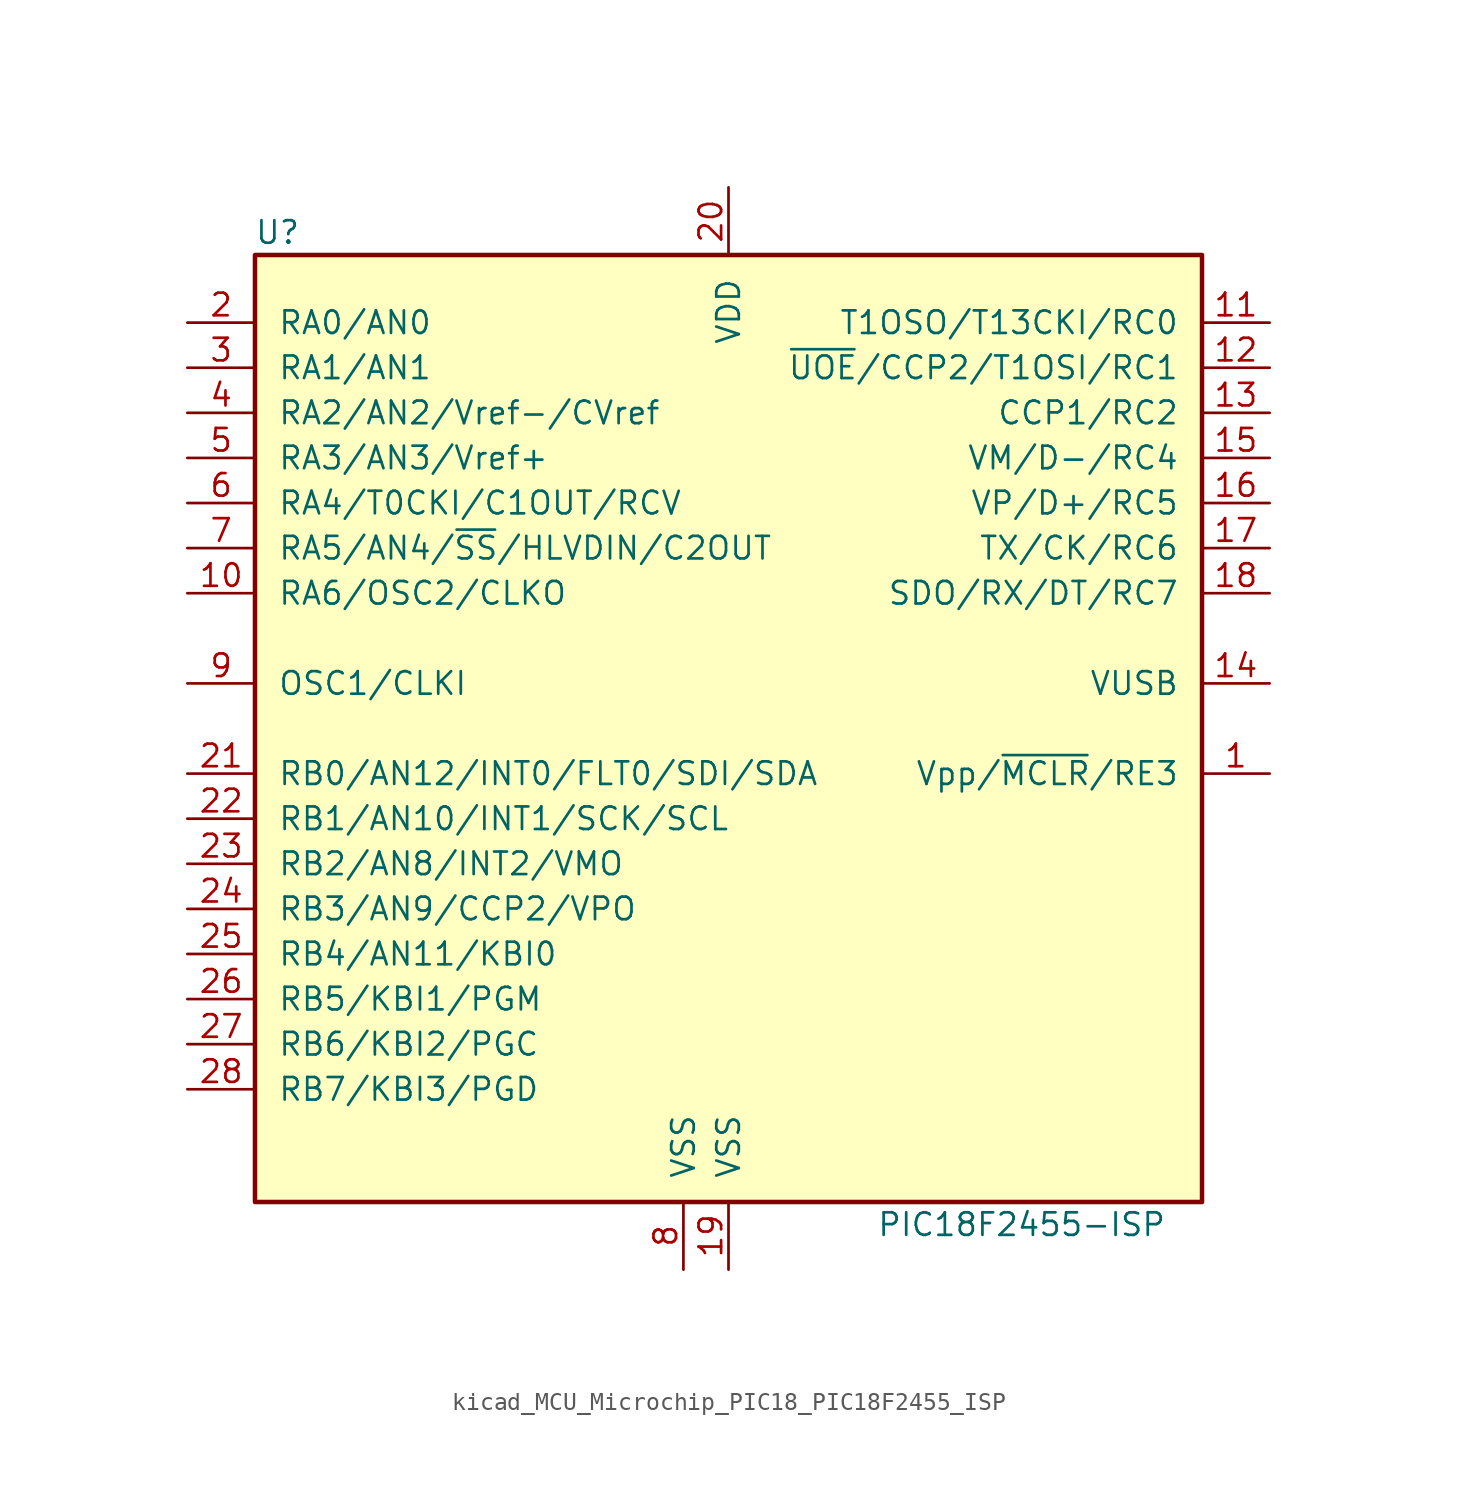
<source format=kicad_sym>
(kicad_symbol_lib
  (version 20220914)
  (generator kicad_symbol_editor)
  (symbol "kicad_MCU_Microchip_PIC18_PIC18F2455_ISP"
    (pin_names
      (offset 1.27))
    (property "Reference" "U"
      (at -25.4 27.94 0)
      (effects (font (size 1.27 1.27))))
    (property "Value" "PIC18F2455-ISP"
      (at 16.51 -27.94 0)
      (effects (font (size 1.27 1.27))))
    (symbol "kicad_MCU_Microchip_PIC18_PIC18F2455_ISP_0_1"
      (rectangle (start -26.67 26.67) (end 26.67 -26.67) (stroke (width 0.254) (type default)) (fill (type background))))
    (symbol "kicad_MCU_Microchip_PIC18_PIC18F2455_ISP_1_1"
      (pin input line (at 30.48 -2.54 180) (length 3.81) (name "Vpp/~{MCLR}/RE3" (effects (font (size 1.27 1.27)))) (number "1" (effects (font (size 1.27 1.27)))))
      (pin output line (at -30.48 7.62 0) (length 3.81) (name "RA6/OSC2/CLKO" (effects (font (size 1.27 1.27)))) (number "10" (effects (font (size 1.27 1.27)))))
      (pin bidirectional line (at 30.48 22.86 180) (length 3.81) (name "T1OSO/T13CKI/RC0" (effects (font (size 1.27 1.27)))) (number "11" (effects (font (size 1.27 1.27)))))
      (pin bidirectional line (at 30.48 20.32 180) (length 3.81) (name "~{UOE}/CCP2/T1OSI/RC1" (effects (font (size 1.27 1.27)))) (number "12" (effects (font (size 1.27 1.27)))))
      (pin bidirectional line (at 30.48 17.78 180) (length 3.81) (name "CCP1/RC2" (effects (font (size 1.27 1.27)))) (number "13" (effects (font (size 1.27 1.27)))))
      (pin bidirectional line (at 30.48 2.54 180) (length 3.81) (name "VUSB" (effects (font (size 1.27 1.27)))) (number "14" (effects (font (size 1.27 1.27)))))
      (pin bidirectional line (at 30.48 15.24 180) (length 3.81) (name "VM/D-/RC4" (effects (font (size 1.27 1.27)))) (number "15" (effects (font (size 1.27 1.27)))))
      (pin bidirectional line (at 30.48 12.7 180) (length 3.81) (name "VP/D+/RC5" (effects (font (size 1.27 1.27)))) (number "16" (effects (font (size 1.27 1.27)))))
      (pin bidirectional line (at 30.48 10.16 180) (length 3.81) (name "TX/CK/RC6" (effects (font (size 1.27 1.27)))) (number "17" (effects (font (size 1.27 1.27)))))
      (pin bidirectional line (at 30.48 7.62 180) (length 3.81) (name "SDO/RX/DT/RC7" (effects (font (size 1.27 1.27)))) (number "18" (effects (font (size 1.27 1.27)))))
      (pin power_in line (at 0 -30.48 90) (length 3.81) (name "VSS" (effects (font (size 1.27 1.27)))) (number "19" (effects (font (size 1.27 1.27)))))
      (pin bidirectional line (at -30.48 22.86 0) (length 3.81) (name "RA0/AN0" (effects (font (size 1.27 1.27)))) (number "2" (effects (font (size 1.27 1.27)))))
      (pin power_in line (at 0 30.48 270) (length 3.81) (name "VDD" (effects (font (size 1.27 1.27)))) (number "20" (effects (font (size 1.27 1.27)))))
      (pin bidirectional line (at -30.48 -2.54 0) (length 3.81) (name "RB0/AN12/INT0/FLT0/SDI/SDA" (effects (font (size 1.27 1.27)))) (number "21" (effects (font (size 1.27 1.27)))))
      (pin bidirectional line (at -30.48 -5.08 0) (length 3.81) (name "RB1/AN10/INT1/SCK/SCL" (effects (font (size 1.27 1.27)))) (number "22" (effects (font (size 1.27 1.27)))))
      (pin bidirectional line (at -30.48 -7.62 0) (length 3.81) (name "RB2/AN8/INT2/VMO" (effects (font (size 1.27 1.27)))) (number "23" (effects (font (size 1.27 1.27)))))
      (pin bidirectional line (at -30.48 -10.16 0) (length 3.81) (name "RB3/AN9/CCP2/VPO" (effects (font (size 1.27 1.27)))) (number "24" (effects (font (size 1.27 1.27)))))
      (pin bidirectional line (at -30.48 -12.7 0) (length 3.81) (name "RB4/AN11/KBI0" (effects (font (size 1.27 1.27)))) (number "25" (effects (font (size 1.27 1.27)))))
      (pin bidirectional line (at -30.48 -15.24 0) (length 3.81) (name "RB5/KBI1/PGM" (effects (font (size 1.27 1.27)))) (number "26" (effects (font (size 1.27 1.27)))))
      (pin bidirectional line (at -30.48 -17.78 0) (length 3.81) (name "RB6/KBI2/PGC" (effects (font (size 1.27 1.27)))) (number "27" (effects (font (size 1.27 1.27)))))
      (pin bidirectional line (at -30.48 -20.32 0) (length 3.81) (name "RB7/KBI3/PGD" (effects (font (size 1.27 1.27)))) (number "28" (effects (font (size 1.27 1.27)))))
      (pin bidirectional line (at -30.48 20.32 0) (length 3.81) (name "RA1/AN1" (effects (font (size 1.27 1.27)))) (number "3" (effects (font (size 1.27 1.27)))))
      (pin bidirectional line (at -30.48 17.78 0) (length 3.81) (name "RA2/AN2/Vref-/CVref" (effects (font (size 1.27 1.27)))) (number "4" (effects (font (size 1.27 1.27)))))
      (pin bidirectional line (at -30.48 15.24 0) (length 3.81) (name "RA3/AN3/Vref+" (effects (font (size 1.27 1.27)))) (number "5" (effects (font (size 1.27 1.27)))))
      (pin bidirectional line (at -30.48 12.7 0) (length 3.81) (name "RA4/T0CKI/C1OUT/RCV" (effects (font (size 1.27 1.27)))) (number "6" (effects (font (size 1.27 1.27)))))
      (pin bidirectional line (at -30.48 10.16 0) (length 3.81) (name "RA5/AN4/~{SS}/HLVDIN/C2OUT" (effects (font (size 1.27 1.27)))) (number "7" (effects (font (size 1.27 1.27)))))
      (pin power_in line (at -2.54 -30.48 90) (length 3.81) (name "VSS" (effects (font (size 1.27 1.27)))) (number "8" (effects (font (size 1.27 1.27)))))
      (pin input line (at -30.48 2.54 0) (length 3.81) (name "OSC1/CLKI" (effects (font (size 1.27 1.27)))) (number "9" (effects (font (size 1.27 1.27))))))))
</source>
